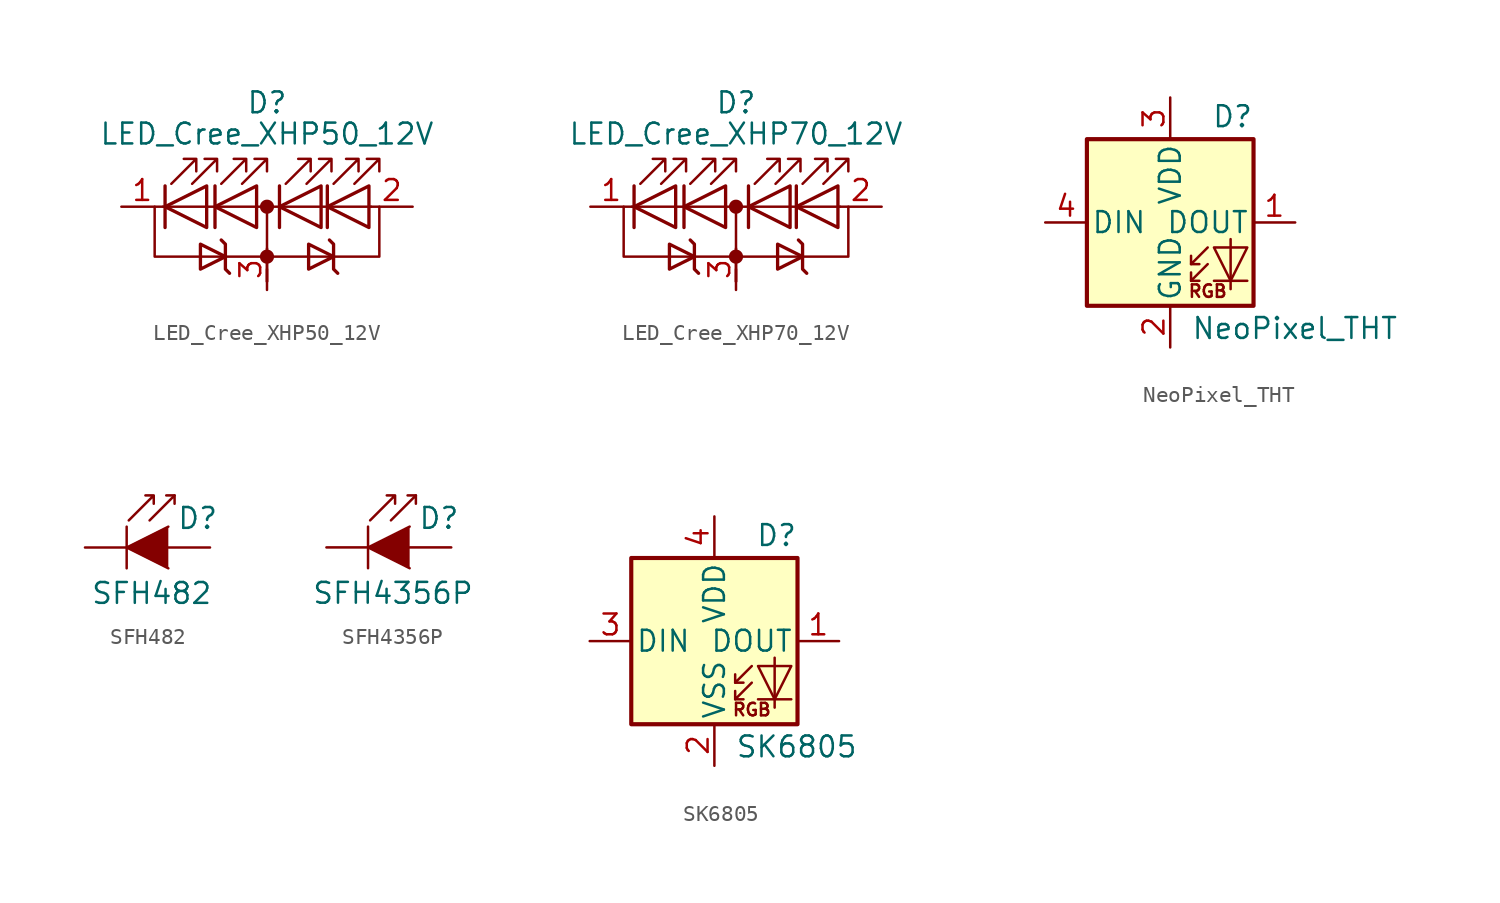
<source format=kicad_sym>
(kicad_symbol_lib
  (version 20201005)
  (generator kicad_symbol_editor)
  (symbol "LED_Cree_XHP50_12V"
    (pin_names
      (offset 1.016) hide)
    (property "Reference" "D"
      (at 0 6.35 0)
      (effects (font (size 1.27 1.27))))
    (property "Value" "LED_Cree_XHP50_12V"
      (at 0 4.445 0)
      (effects (font (size 1.27 1.27))))
    (symbol "LED_Cree_XHP50_12V_0_1"
      (circle (center 0 -3.048) (radius 0.356) (stroke (width 0)) (fill (type outline)))
      (circle (center 0 0) (radius 0.356) (stroke (width 0)) (fill (type outline)))
      (polyline (pts (xy -6.35 0) (xy 6.35 0)) (stroke (width 0)) (fill (type none)))
      (polyline (pts (xy -6.223 -1.27) (xy -6.223 1.27)) (stroke (width 0.203)) (fill (type none)))
      (polyline (pts (xy -3.175 -1.27) (xy -3.175 1.27)) (stroke (width 0.203)) (fill (type none)))
      (polyline (pts (xy 0 -3.81) (xy 0 -4.572)) (stroke (width 0)) (fill (type none)))
      (polyline (pts (xy 0 0) (xy 0 -4.572)) (stroke (width 0)) (fill (type none)))
      (polyline (pts (xy 0.762 -1.27) (xy 0.762 1.27)) (stroke (width 0.203)) (fill (type none)))
      (polyline (pts (xy 3.683 -1.27) (xy 3.683 1.27)) (stroke (width 0.203)) (fill (type none)))
      (polyline (pts (xy -6.858 0) (xy -6.858 -3.048) (xy 6.858 -3.048) (xy 6.858 0)) (stroke (width 0)) (fill (type none)))
      (polyline (pts (xy -3.683 -1.27) (xy -3.683 1.27) (xy -6.223 0) (xy -3.683 -1.27)) (stroke (width 0.203)) (fill (type none)))
      (polyline (pts (xy -2.286 -4.064) (xy -2.54 -3.81) (xy -2.54 -2.286) (xy -2.794 -2.032)) (stroke (width 0.203)) (fill (type none)))
      (polyline (pts (xy -0.635 -1.27) (xy -0.635 1.27) (xy -3.175 0) (xy -0.635 -1.27)) (stroke (width 0.203)) (fill (type none)))
      (polyline (pts (xy 3.302 -1.27) (xy 3.302 1.27) (xy 0.762 0) (xy 3.302 -1.27)) (stroke (width 0.203)) (fill (type none)))
      (polyline (pts (xy 4.318 -4.064) (xy 4.064 -3.81) (xy 4.064 -2.286) (xy 3.81 -2.032)) (stroke (width 0.203)) (fill (type none)))
      (polyline (pts (xy 6.223 -1.27) (xy 6.223 1.27) (xy 3.683 0) (xy 6.223 -1.27)) (stroke (width 0.203)) (fill (type none)))
      (polyline (pts (xy -5.842 1.397) (xy -4.318 2.921) (xy -5.08 2.921) (xy -4.318 2.921) (xy -4.318 2.159)) (stroke (width 0)) (fill (type none)))
      (polyline (pts (xy -4.572 1.397) (xy -3.048 2.921) (xy -3.81 2.921) (xy -3.048 2.921) (xy -3.048 2.159)) (stroke (width 0)) (fill (type none)))
      (polyline (pts (xy -4.064 -3.81) (xy -4.064 -2.286) (xy -2.54 -3.048) (xy -4.064 -3.81) (xy -4.064 -3.556)) (stroke (width 0.203)) (fill (type none)))
      (polyline (pts (xy -2.794 1.397) (xy -1.27 2.921) (xy -2.032 2.921) (xy -1.27 2.921) (xy -1.27 2.159)) (stroke (width 0)) (fill (type none)))
      (polyline (pts (xy -1.524 1.397) (xy 0 2.921) (xy -0.762 2.921) (xy 0 2.921) (xy 0 2.159)) (stroke (width 0)) (fill (type none)))
      (polyline (pts (xy 1.143 1.397) (xy 2.667 2.921) (xy 1.905 2.921) (xy 2.667 2.921) (xy 2.667 2.159)) (stroke (width 0)) (fill (type none)))
      (polyline (pts (xy 2.413 1.397) (xy 3.937 2.921) (xy 3.175 2.921) (xy 3.937 2.921) (xy 3.937 2.159)) (stroke (width 0)) (fill (type none)))
      (polyline (pts (xy 2.54 -3.81) (xy 2.54 -2.286) (xy 4.064 -3.048) (xy 2.54 -3.81) (xy 2.54 -3.556)) (stroke (width 0.203)) (fill (type none)))
      (polyline (pts (xy 4.064 1.397) (xy 5.588 2.921) (xy 4.826 2.921) (xy 5.588 2.921) (xy 5.588 2.159)) (stroke (width 0)) (fill (type none)))
      (polyline (pts (xy 5.334 1.397) (xy 6.858 2.921) (xy 6.096 2.921) (xy 6.858 2.921) (xy 6.858 2.159)) (stroke (width 0)) (fill (type none))))
    (symbol "LED_Cree_XHP50_12V_1_1"
      (pin passive line (at -8.89 0 0) (length 2.54) (name "K" (effects (font (size 1.27 1.27)))) (number "1" (effects (font (size 1.27 1.27)))))
      (pin passive line (at 8.89 0 180) (length 2.54) (name "A" (effects (font (size 1.27 1.27)))) (number "2" (effects (font (size 1.27 1.27)))))
      (pin passive line (at 0 -5.08 90) (length 2.54) (name "PAD" (effects (font (size 1.27 1.27)))) (number "3" (effects (font (size 1.27 1.27)))))))
  (symbol "LED_Cree_XHP70_12V"
    (pin_names
      (offset 1.016) hide)
    (property "Reference" "D"
      (at 0 6.35 0)
      (effects (font (size 1.27 1.27))))
    (property "Value" "LED_Cree_XHP70_12V"
      (at 0 4.445 0)
      (effects (font (size 1.27 1.27))))
    (symbol "LED_Cree_XHP70_12V_0_1"
      (circle (center 0 -3.048) (radius 0.356) (stroke (width 0)) (fill (type outline)))
      (circle (center 0 0) (radius 0.356) (stroke (width 0)) (fill (type outline)))
      (polyline (pts (xy -6.35 0) (xy 6.35 0)) (stroke (width 0)) (fill (type none)))
      (polyline (pts (xy -6.223 -1.27) (xy -6.223 1.27)) (stroke (width 0.203)) (fill (type none)))
      (polyline (pts (xy -3.175 -1.27) (xy -3.175 1.27)) (stroke (width 0.203)) (fill (type none)))
      (polyline (pts (xy 0 -3.81) (xy 0 -4.572)) (stroke (width 0)) (fill (type none)))
      (polyline (pts (xy 0 0) (xy 0 -4.572)) (stroke (width 0)) (fill (type none)))
      (polyline (pts (xy 0.762 -1.27) (xy 0.762 1.27)) (stroke (width 0.203)) (fill (type none)))
      (polyline (pts (xy 3.683 -1.27) (xy 3.683 1.27)) (stroke (width 0.203)) (fill (type none)))
      (polyline (pts (xy -6.858 0) (xy -6.858 -3.048) (xy 6.858 -3.048) (xy 6.858 0)) (stroke (width 0)) (fill (type none)))
      (polyline (pts (xy -3.683 -1.27) (xy -3.683 1.27) (xy -6.223 0) (xy -3.683 -1.27)) (stroke (width 0.203)) (fill (type none)))
      (polyline (pts (xy -2.286 -4.064) (xy -2.54 -3.81) (xy -2.54 -2.286) (xy -2.794 -2.032)) (stroke (width 0.203)) (fill (type none)))
      (polyline (pts (xy -0.635 -1.27) (xy -0.635 1.27) (xy -3.175 0) (xy -0.635 -1.27)) (stroke (width 0.203)) (fill (type none)))
      (polyline (pts (xy 3.302 -1.27) (xy 3.302 1.27) (xy 0.762 0) (xy 3.302 -1.27)) (stroke (width 0.203)) (fill (type none)))
      (polyline (pts (xy 4.318 -4.064) (xy 4.064 -3.81) (xy 4.064 -2.286) (xy 3.81 -2.032)) (stroke (width 0.203)) (fill (type none)))
      (polyline (pts (xy 6.223 -1.27) (xy 6.223 1.27) (xy 3.683 0) (xy 6.223 -1.27)) (stroke (width 0.203)) (fill (type none)))
      (polyline (pts (xy -5.842 1.397) (xy -4.318 2.921) (xy -5.08 2.921) (xy -4.318 2.921) (xy -4.318 2.159)) (stroke (width 0)) (fill (type none)))
      (polyline (pts (xy -4.572 1.397) (xy -3.048 2.921) (xy -3.81 2.921) (xy -3.048 2.921) (xy -3.048 2.159)) (stroke (width 0)) (fill (type none)))
      (polyline (pts (xy -4.064 -3.81) (xy -4.064 -2.286) (xy -2.54 -3.048) (xy -4.064 -3.81) (xy -4.064 -3.556)) (stroke (width 0.203)) (fill (type none)))
      (polyline (pts (xy -2.794 1.397) (xy -1.27 2.921) (xy -2.032 2.921) (xy -1.27 2.921) (xy -1.27 2.159)) (stroke (width 0)) (fill (type none)))
      (polyline (pts (xy -1.524 1.397) (xy 0 2.921) (xy -0.762 2.921) (xy 0 2.921) (xy 0 2.159)) (stroke (width 0)) (fill (type none)))
      (polyline (pts (xy 1.143 1.397) (xy 2.667 2.921) (xy 1.905 2.921) (xy 2.667 2.921) (xy 2.667 2.159)) (stroke (width 0)) (fill (type none)))
      (polyline (pts (xy 2.413 1.397) (xy 3.937 2.921) (xy 3.175 2.921) (xy 3.937 2.921) (xy 3.937 2.159)) (stroke (width 0)) (fill (type none)))
      (polyline (pts (xy 2.54 -3.81) (xy 2.54 -2.286) (xy 4.064 -3.048) (xy 2.54 -3.81) (xy 2.54 -3.556)) (stroke (width 0.203)) (fill (type none)))
      (polyline (pts (xy 4.064 1.397) (xy 5.588 2.921) (xy 4.826 2.921) (xy 5.588 2.921) (xy 5.588 2.159)) (stroke (width 0)) (fill (type none)))
      (polyline (pts (xy 5.334 1.397) (xy 6.858 2.921) (xy 6.096 2.921) (xy 6.858 2.921) (xy 6.858 2.159)) (stroke (width 0)) (fill (type none))))
    (symbol "LED_Cree_XHP70_12V_1_1"
      (pin passive line (at -8.89 0 0) (length 2.54) (name "K" (effects (font (size 1.27 1.27)))) (number "1" (effects (font (size 1.27 1.27)))))
      (pin passive line (at 8.89 0 180) (length 2.54) (name "A" (effects (font (size 1.27 1.27)))) (number "2" (effects (font (size 1.27 1.27)))))
      (pin passive line (at 0 -5.08 90) (length 2.54) (name "PAD" (effects (font (size 1.27 1.27)))) (number "3" (effects (font (size 1.27 1.27)))))))
  (symbol "NeoPixel_THT"
    (pin_names
      (offset 0.254))
    (property "Reference" "D"
      (at 5.08 5.715 0)
      (effects (font (size 1.27 1.27)) (justify right bottom)))
    (property "Value" "NeoPixel_THT"
      (at 1.27 -5.715 0)
      (effects (font (size 1.27 1.27)) (justify left top)))
    (symbol "NeoPixel_THT_0_0"
      (text "RGB" (at 2.286 -4.191 0) (effects (font (size 0.762 0.762)))))
    (symbol "NeoPixel_THT_0_1"
      (rectangle (start 5.08 5.08) (end -5.08 -5.08) (stroke (width 0.254)) (fill (type background)))
      (polyline (pts (xy 1.27 -3.556) (xy 1.778 -3.556)) (stroke (width 0)) (fill (type none)))
      (polyline (pts (xy 1.27 -2.54) (xy 1.778 -2.54)) (stroke (width 0)) (fill (type none)))
      (polyline (pts (xy 4.699 -3.556) (xy 2.667 -3.556)) (stroke (width 0)) (fill (type none)))
      (polyline (pts (xy 2.286 -2.54) (xy 1.27 -3.556) (xy 1.27 -3.048)) (stroke (width 0)) (fill (type none)))
      (polyline (pts (xy 2.286 -1.524) (xy 1.27 -2.54) (xy 1.27 -2.032)) (stroke (width 0)) (fill (type none)))
      (polyline (pts (xy 3.683 -1.016) (xy 3.683 -3.556) (xy 3.683 -4.064)) (stroke (width 0)) (fill (type none)))
      (polyline (pts (xy 4.699 -1.524) (xy 2.667 -1.524) (xy 3.683 -3.556) (xy 4.699 -1.524)) (stroke (width 0)) (fill (type none))))
    (symbol "NeoPixel_THT_1_1"
      (pin output line (at 7.62 0 180) (length 2.54) (name "DOUT" (effects (font (size 1.27 1.27)))) (number "1" (effects (font (size 1.27 1.27)))))
      (pin power_in line (at 0 -7.62 90) (length 2.54) (name "GND" (effects (font (size 1.27 1.27)))) (number "2" (effects (font (size 1.27 1.27)))))
      (pin power_in line (at 0 7.62 270) (length 2.54) (name "VDD" (effects (font (size 1.27 1.27)))) (number "3" (effects (font (size 1.27 1.27)))))
      (pin input line (at -7.62 0 0) (length 2.54) (name "DIN" (effects (font (size 1.27 1.27)))) (number "4" (effects (font (size 1.27 1.27)))))))
  (symbol "SFH482"
    (pin_numbers hide)
    (pin_names
      (offset 1.016) hide)
    (property "Reference" "D"
      (at 0.508 1.778 0)
      (effects (font (size 1.27 1.27)) (justify left)))
    (property "Value" "SFH482"
      (at -1.016 -2.794 0)
      (effects (font (size 1.27 1.27))))
    (symbol "SFH482_0_1"
      (polyline (pts (xy -2.54 1.27) (xy -2.54 -1.27)) (stroke (width 0.152)) (fill (type none)))
      (polyline (pts (xy 0.381 3.175) (xy -0.127 3.175)) (stroke (width 0)) (fill (type none)))
      (polyline (pts (xy -1.143 1.651) (xy 0.381 3.175) (xy 0.381 2.667)) (stroke (width 0)) (fill (type none)))
      (polyline (pts (xy 0 1.27) (xy -2.54 0) (xy 0 -1.27)) (stroke (width 0)) (fill (type outline)))
      (polyline (pts (xy -2.413 1.651) (xy -0.889 3.175) (xy -0.889 2.667) (xy -0.889 3.175) (xy -1.397 3.175)) (stroke (width 0)) (fill (type none))))
    (symbol "SFH482_1_1"
      (pin passive line (at -5.08 0 0) (length 2.54) (name "K" (effects (font (size 1.27 1.27)))) (number "1" (effects (font (size 1.27 1.27)))))
      (pin passive line (at 2.54 0 180) (length 2.54) (name "A" (effects (font (size 1.27 1.27)))) (number "2" (effects (font (size 1.27 1.27)))))))
  (symbol "SFH4356P"
    (pin_numbers hide)
    (pin_names
      (offset 1.016) hide)
    (property "Reference" "D"
      (at 0.508 1.778 0)
      (effects (font (size 1.27 1.27)) (justify left)))
    (property "Value" "SFH4356P"
      (at -1.016 -2.794 0)
      (effects (font (size 1.27 1.27))))
    (symbol "SFH4356P_0_1"
      (polyline (pts (xy -2.54 1.27) (xy -2.54 -1.27)) (stroke (width 0.152)) (fill (type none)))
      (polyline (pts (xy 0.381 3.175) (xy -0.127 3.175)) (stroke (width 0)) (fill (type none)))
      (polyline (pts (xy -1.143 1.651) (xy 0.381 3.175) (xy 0.381 2.667)) (stroke (width 0)) (fill (type none)))
      (polyline (pts (xy 0 1.27) (xy -2.54 0) (xy 0 -1.27)) (stroke (width 0)) (fill (type outline)))
      (polyline (pts (xy -2.413 1.651) (xy -0.889 3.175) (xy -0.889 2.667) (xy -0.889 3.175) (xy -1.397 3.175)) (stroke (width 0)) (fill (type none))))
    (symbol "SFH4356P_1_1"
      (pin passive line (at -5.08 0 0) (length 2.54) (name "K" (effects (font (size 1.27 1.27)))) (number "1" (effects (font (size 1.27 1.27)))))
      (pin passive line (at 2.54 0 180) (length 2.54) (name "A" (effects (font (size 1.27 1.27)))) (number "2" (effects (font (size 1.27 1.27)))))))
  (symbol "SK6805"
    (pin_names
      (offset 0.254))
    (property "Reference" "D"
      (at 5.08 5.715 0)
      (effects (font (size 1.27 1.27)) (justify right bottom)))
    (property "Value" "SK6805"
      (at 1.27 -5.715 0)
      (effects (font (size 1.27 1.27)) (justify left top)))
    (symbol "SK6805_0_0"
      (text "RGB" (at 2.286 -4.191 0) (effects (font (size 0.762 0.762)))))
    (symbol "SK6805_0_1"
      (rectangle (start 5.08 5.08) (end -5.08 -5.08) (stroke (width 0.254)) (fill (type background)))
      (polyline (pts (xy 1.27 -3.556) (xy 1.778 -3.556)) (stroke (width 0)) (fill (type none)))
      (polyline (pts (xy 1.27 -2.54) (xy 1.778 -2.54)) (stroke (width 0)) (fill (type none)))
      (polyline (pts (xy 4.699 -3.556) (xy 2.667 -3.556)) (stroke (width 0)) (fill (type none)))
      (polyline (pts (xy 2.286 -2.54) (xy 1.27 -3.556) (xy 1.27 -3.048)) (stroke (width 0)) (fill (type none)))
      (polyline (pts (xy 2.286 -1.524) (xy 1.27 -2.54) (xy 1.27 -2.032)) (stroke (width 0)) (fill (type none)))
      (polyline (pts (xy 3.683 -1.016) (xy 3.683 -3.556) (xy 3.683 -4.064)) (stroke (width 0)) (fill (type none)))
      (polyline (pts (xy 4.699 -1.524) (xy 2.667 -1.524) (xy 3.683 -3.556) (xy 4.699 -1.524)) (stroke (width 0)) (fill (type none))))
    (symbol "SK6805_1_1"
      (pin output line (at 7.62 0 180) (length 2.54) (name "DOUT" (effects (font (size 1.27 1.27)))) (number "1" (effects (font (size 1.27 1.27)))))
      (pin power_in line (at 0 -7.62 90) (length 2.54) (name "VSS" (effects (font (size 1.27 1.27)))) (number "2" (effects (font (size 1.27 1.27)))))
      (pin input line (at -7.62 0 0) (length 2.54) (name "DIN" (effects (font (size 1.27 1.27)))) (number "3" (effects (font (size 1.27 1.27)))))
      (pin power_in line (at 0 7.62 270) (length 2.54) (name "VDD" (effects (font (size 1.27 1.27)))) (number "4" (effects (font (size 1.27 1.27))))))))
</source>
